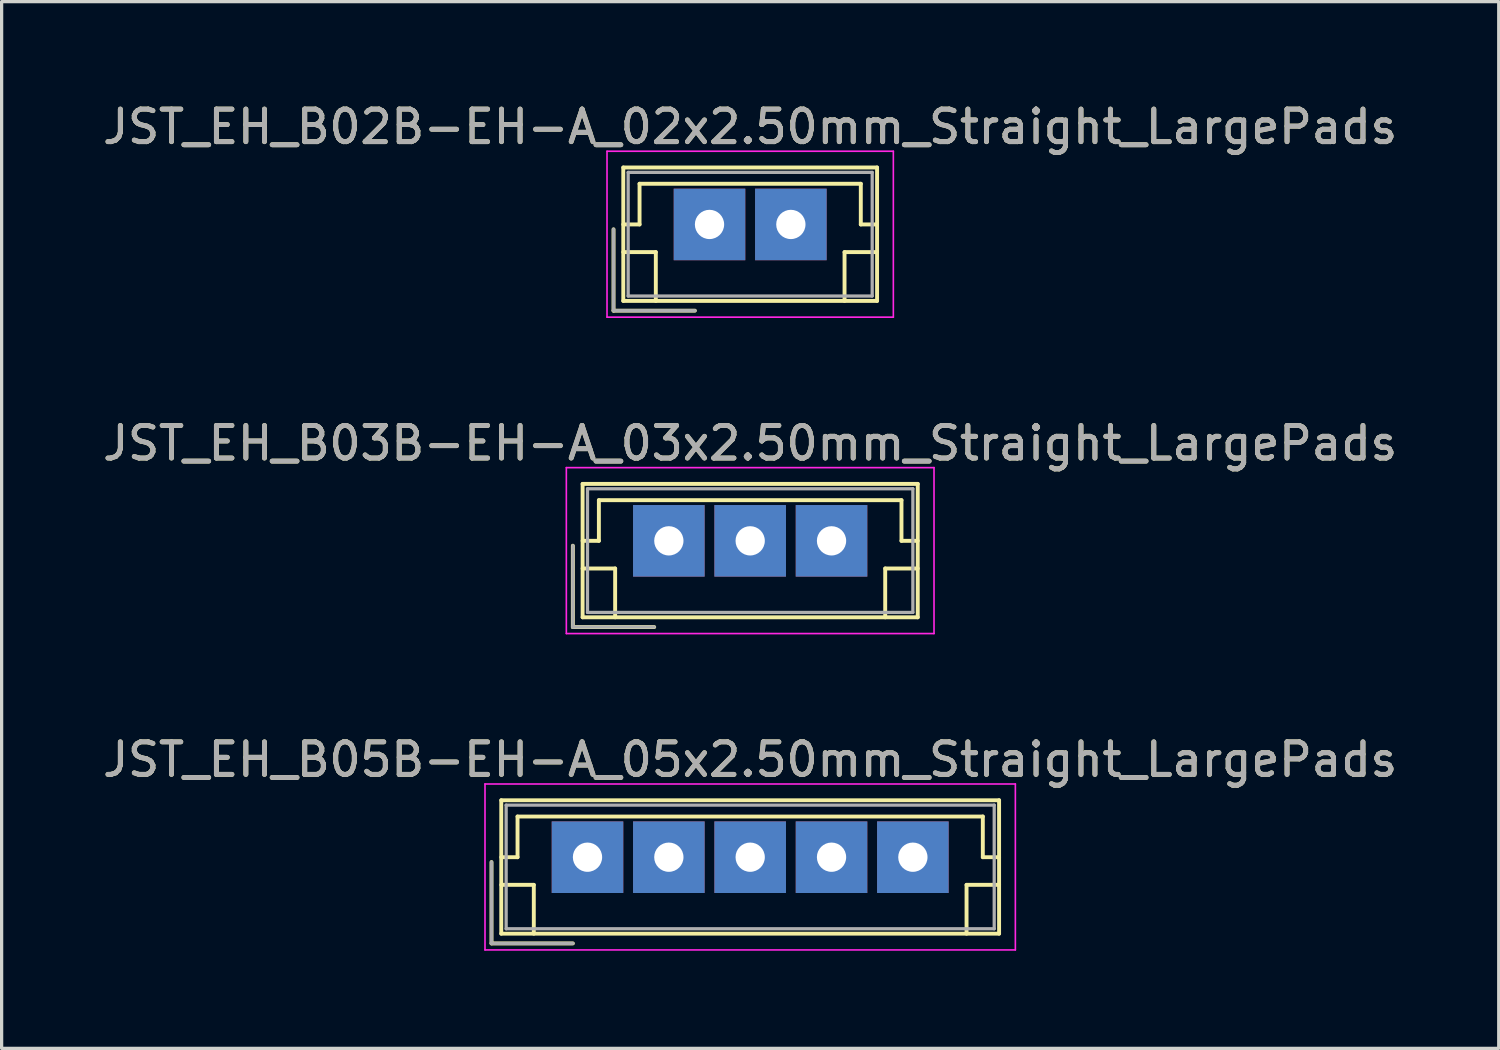
<source format=kicad_pcb>
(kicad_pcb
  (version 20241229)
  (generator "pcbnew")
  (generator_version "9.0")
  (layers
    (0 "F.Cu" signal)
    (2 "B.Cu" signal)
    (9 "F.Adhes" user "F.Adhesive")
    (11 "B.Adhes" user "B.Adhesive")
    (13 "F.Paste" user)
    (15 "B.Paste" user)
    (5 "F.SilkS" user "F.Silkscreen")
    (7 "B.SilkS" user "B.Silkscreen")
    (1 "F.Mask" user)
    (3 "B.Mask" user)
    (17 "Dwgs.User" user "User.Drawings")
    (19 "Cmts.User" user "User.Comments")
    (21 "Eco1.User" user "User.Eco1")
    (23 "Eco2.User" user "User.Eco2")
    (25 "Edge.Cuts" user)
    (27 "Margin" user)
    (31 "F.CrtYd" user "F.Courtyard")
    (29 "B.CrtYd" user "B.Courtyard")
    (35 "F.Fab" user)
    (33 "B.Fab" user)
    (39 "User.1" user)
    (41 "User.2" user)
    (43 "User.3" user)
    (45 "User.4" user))
  (footprint "JST_EH_B05B-EH-A_05x2.50mm_Straight_LargePads"
    (layer "F.Cu")
    (at 15.006 23.295)
    (property "Reference" "JST_EH_B05B-EH-A_05x2.50mm_Straight_LargePads" (at 5 -3 0) (layer "F.SilkS") (effects (font (size 1 1) (thickness 0.15))))
    (attr through_hole)
    (fp_line (start -2.95 0.15) (end -2.95 2.65) (stroke (width 0.12) (type solid)) (layer "F.SilkS"))
    (fp_line (start -2.95 2.65) (end -0.45 2.65) (stroke (width 0.12) (type solid)) (layer "F.SilkS"))
    (fp_line (start -2.65 -1.75) (end -2.65 2.35) (stroke (width 0.12) (type solid)) (layer "F.SilkS"))
    (fp_line (start -2.65 0) (end -2.15 0) (stroke (width 0.12) (type solid)) (layer "F.SilkS"))
    (fp_line (start -2.65 0.85) (end -1.65 0.85) (stroke (width 0.12) (type solid)) (layer "F.SilkS"))
    (fp_line (start -2.65 2.35) (end 12.65 2.35) (stroke (width 0.12) (type solid)) (layer "F.SilkS"))
    (fp_line (start -2.15 -1.25) (end 12.15 -1.25) (stroke (width 0.12) (type solid)) (layer "F.SilkS"))
    (fp_line (start -2.15 0) (end -2.15 -1.25) (stroke (width 0.12) (type solid)) (layer "F.SilkS"))
    (fp_line (start -1.65 0.85) (end -1.65 2.35) (stroke (width 0.12) (type solid)) (layer "F.SilkS"))
    (fp_line (start 11.65 0.85) (end 11.65 2.35) (stroke (width 0.12) (type solid)) (layer "F.SilkS"))
    (fp_line (start 12.15 -1.25) (end 12.15 0) (stroke (width 0.12) (type solid)) (layer "F.SilkS"))
    (fp_line (start 12.15 0) (end 12.65 0) (stroke (width 0.12) (type solid)) (layer "F.SilkS"))
    (fp_line (start 12.65 -1.75) (end -2.65 -1.75) (stroke (width 0.12) (type solid)) (layer "F.SilkS"))
    (fp_line (start 12.65 0.85) (end 11.65 0.85) (stroke (width 0.12) (type solid)) (layer "F.SilkS"))
    (fp_line (start 12.65 2.35) (end 12.65 -1.75) (stroke (width 0.12) (type solid)) (layer "F.SilkS"))
    (fp_line (start -3.15 -2.25) (end -3.15 2.85) (stroke (width 0.05) (type solid)) (layer "F.CrtYd"))
    (fp_line (start -3.15 2.85) (end 13.15 2.85) (stroke (width 0.05) (type solid)) (layer "F.CrtYd"))
    (fp_line (start 13.15 -2.25) (end -3.15 -2.25) (stroke (width 0.05) (type solid)) (layer "F.CrtYd"))
    (fp_line (start 13.15 2.85) (end 13.15 -2.25) (stroke (width 0.05) (type solid)) (layer "F.CrtYd"))
    (fp_line (start -2.95 0.15) (end -2.95 2.65) (stroke (width 0.1) (type solid)) (layer "F.Fab"))
    (fp_line (start -2.95 2.65) (end -0.45 2.65) (stroke (width 0.1) (type solid)) (layer "F.Fab"))
    (fp_line (start -2.5 -1.6) (end -2.5 2.2) (stroke (width 0.1) (type solid)) (layer "F.Fab"))
    (fp_line (start -2.5 2.2) (end 12.5 2.2) (stroke (width 0.1) (type solid)) (layer "F.Fab"))
    (fp_line (start 12.5 -1.6) (end -2.5 -1.6) (stroke (width 0.1) (type solid)) (layer "F.Fab"))
    (fp_line (start 12.5 2.2) (end 12.5 -1.6) (stroke (width 0.1) (type solid)) (layer "F.Fab"))
    (fp_text user "${REFERENCE}" (at 5 -3 0) (layer "F.Fab") (effects (font (size 1 1) (thickness 0.15))))
    (pad "1" thru_hole rect (at 0 0) (size 2.2 2.2) (drill 0.9) (layers "*.Cu" "*.Mask"))
    (pad "2" thru_hole rect (at 2.5 0) (size 2.2 2.2) (drill 0.9) (layers "*.Cu" "*.Mask"))
    (pad "3" thru_hole rect (at 5 0) (size 2.2 2.2) (drill 0.9) (layers "*.Cu" "*.Mask"))
    (pad "4" thru_hole rect (at 7.5 0) (size 2.2 2.2) (drill 0.9) (layers "*.Cu" "*.Mask"))
    (pad "5" thru_hole rect (at 10 0) (size 2.2 2.2) (drill 0.9) (layers "*.Cu" "*.Mask")))
  (footprint "JST_EH_B02B-EH-A_02x2.50mm_Straight_LargePads"
    (layer "F.Cu")
    (at 18.756 3.848)
    (property "Reference" "JST_EH_B02B-EH-A_02x2.50mm_Straight_LargePads" (at 1.25 -3 0) (layer "F.SilkS") (effects (font (size 1 1) (thickness 0.15))))
    (attr through_hole)
    (fp_line (start -2.95 0.15) (end -2.95 2.65) (stroke (width 0.12) (type solid)) (layer "F.SilkS"))
    (fp_line (start -2.95 2.65) (end -0.45 2.65) (stroke (width 0.12) (type solid)) (layer "F.SilkS"))
    (fp_line (start -2.65 -1.75) (end -2.65 2.35) (stroke (width 0.12) (type solid)) (layer "F.SilkS"))
    (fp_line (start -2.65 0) (end -2.15 0) (stroke (width 0.12) (type solid)) (layer "F.SilkS"))
    (fp_line (start -2.65 0.85) (end -1.65 0.85) (stroke (width 0.12) (type solid)) (layer "F.SilkS"))
    (fp_line (start -2.65 2.35) (end 5.15 2.35) (stroke (width 0.12) (type solid)) (layer "F.SilkS"))
    (fp_line (start -2.15 -1.25) (end 4.65 -1.25) (stroke (width 0.12) (type solid)) (layer "F.SilkS"))
    (fp_line (start -2.15 0) (end -2.15 -1.25) (stroke (width 0.12) (type solid)) (layer "F.SilkS"))
    (fp_line (start -1.65 0.85) (end -1.65 2.35) (stroke (width 0.12) (type solid)) (layer "F.SilkS"))
    (fp_line (start 4.15 0.85) (end 4.15 2.35) (stroke (width 0.12) (type solid)) (layer "F.SilkS"))
    (fp_line (start 4.65 -1.25) (end 4.65 0) (stroke (width 0.12) (type solid)) (layer "F.SilkS"))
    (fp_line (start 4.65 0) (end 5.15 0) (stroke (width 0.12) (type solid)) (layer "F.SilkS"))
    (fp_line (start 5.15 -1.75) (end -2.65 -1.75) (stroke (width 0.12) (type solid)) (layer "F.SilkS"))
    (fp_line (start 5.15 0.85) (end 4.15 0.85) (stroke (width 0.12) (type solid)) (layer "F.SilkS"))
    (fp_line (start 5.15 2.35) (end 5.15 -1.75) (stroke (width 0.12) (type solid)) (layer "F.SilkS"))
    (fp_line (start -3.15 -2.25) (end -3.15 2.85) (stroke (width 0.05) (type solid)) (layer "F.CrtYd"))
    (fp_line (start -3.15 2.85) (end 5.65 2.85) (stroke (width 0.05) (type solid)) (layer "F.CrtYd"))
    (fp_line (start 5.65 -2.25) (end -3.15 -2.25) (stroke (width 0.05) (type solid)) (layer "F.CrtYd"))
    (fp_line (start 5.65 2.85) (end 5.65 -2.25) (stroke (width 0.05) (type solid)) (layer "F.CrtYd"))
    (fp_line (start -2.95 0.15) (end -2.95 2.65) (stroke (width 0.1) (type solid)) (layer "F.Fab"))
    (fp_line (start -2.95 2.65) (end -0.45 2.65) (stroke (width 0.1) (type solid)) (layer "F.Fab"))
    (fp_line (start -2.5 -1.6) (end -2.5 2.2) (stroke (width 0.1) (type solid)) (layer "F.Fab"))
    (fp_line (start -2.5 2.2) (end 5 2.2) (stroke (width 0.1) (type solid)) (layer "F.Fab"))
    (fp_line (start 5 -1.6) (end -2.5 -1.6) (stroke (width 0.1) (type solid)) (layer "F.Fab"))
    (fp_line (start 5 2.2) (end 5 -1.6) (stroke (width 0.1) (type solid)) (layer "F.Fab"))
    (fp_text user "${REFERENCE}" (at 1.25 -3 0) (layer "F.Fab") (effects (font (size 1 1) (thickness 0.15))))
    (pad "1" thru_hole rect (at 0 0) (size 2.2 2.2) (drill 0.9) (layers "*.Cu" "*.Mask"))
    (pad "2" thru_hole rect (at 2.5 0) (size 2.2 2.2) (drill 0.9) (layers "*.Cu" "*.Mask")))
  (footprint "JST_EH_B03B-EH-A_03x2.50mm_Straight_LargePads"
    (layer "F.Cu")
    (at 17.506 13.572)
    (property "Reference" "JST_EH_B03B-EH-A_03x2.50mm_Straight_LargePads" (at 2.5 -3 0) (layer "F.SilkS") (effects (font (size 1 1) (thickness 0.15))))
    (attr through_hole)
    (fp_line (start -2.95 0.15) (end -2.95 2.65) (stroke (width 0.12) (type solid)) (layer "F.SilkS"))
    (fp_line (start -2.95 2.65) (end -0.45 2.65) (stroke (width 0.12) (type solid)) (layer "F.SilkS"))
    (fp_line (start -2.65 -1.75) (end -2.65 2.35) (stroke (width 0.12) (type solid)) (layer "F.SilkS"))
    (fp_line (start -2.65 0) (end -2.15 0) (stroke (width 0.12) (type solid)) (layer "F.SilkS"))
    (fp_line (start -2.65 0.85) (end -1.65 0.85) (stroke (width 0.12) (type solid)) (layer "F.SilkS"))
    (fp_line (start -2.65 2.35) (end 7.65 2.35) (stroke (width 0.12) (type solid)) (layer "F.SilkS"))
    (fp_line (start -2.15 -1.25) (end 7.15 -1.25) (stroke (width 0.12) (type solid)) (layer "F.SilkS"))
    (fp_line (start -2.15 0) (end -2.15 -1.25) (stroke (width 0.12) (type solid)) (layer "F.SilkS"))
    (fp_line (start -1.65 0.85) (end -1.65 2.35) (stroke (width 0.12) (type solid)) (layer "F.SilkS"))
    (fp_line (start 6.65 0.85) (end 6.65 2.35) (stroke (width 0.12) (type solid)) (layer "F.SilkS"))
    (fp_line (start 7.15 -1.25) (end 7.15 0) (stroke (width 0.12) (type solid)) (layer "F.SilkS"))
    (fp_line (start 7.15 0) (end 7.65 0) (stroke (width 0.12) (type solid)) (layer "F.SilkS"))
    (fp_line (start 7.65 -1.75) (end -2.65 -1.75) (stroke (width 0.12) (type solid)) (layer "F.SilkS"))
    (fp_line (start 7.65 0.85) (end 6.65 0.85) (stroke (width 0.12) (type solid)) (layer "F.SilkS"))
    (fp_line (start 7.65 2.35) (end 7.65 -1.75) (stroke (width 0.12) (type solid)) (layer "F.SilkS"))
    (fp_line (start -3.15 -2.25) (end -3.15 2.85) (stroke (width 0.05) (type solid)) (layer "F.CrtYd"))
    (fp_line (start -3.15 2.85) (end 8.15 2.85) (stroke (width 0.05) (type solid)) (layer "F.CrtYd"))
    (fp_line (start 8.15 -2.25) (end -3.15 -2.25) (stroke (width 0.05) (type solid)) (layer "F.CrtYd"))
    (fp_line (start 8.15 2.85) (end 8.15 -2.25) (stroke (width 0.05) (type solid)) (layer "F.CrtYd"))
    (fp_line (start -2.95 0.15) (end -2.95 2.65) (stroke (width 0.1) (type solid)) (layer "F.Fab"))
    (fp_line (start -2.95 2.65) (end -0.45 2.65) (stroke (width 0.1) (type solid)) (layer "F.Fab"))
    (fp_line (start -2.5 -1.6) (end -2.5 2.2) (stroke (width 0.1) (type solid)) (layer "F.Fab"))
    (fp_line (start -2.5 2.2) (end 7.5 2.2) (stroke (width 0.1) (type solid)) (layer "F.Fab"))
    (fp_line (start 7.5 -1.6) (end -2.5 -1.6) (stroke (width 0.1) (type solid)) (layer "F.Fab"))
    (fp_line (start 7.5 2.2) (end 7.5 -1.6) (stroke (width 0.1) (type solid)) (layer "F.Fab"))
    (fp_text user "${REFERENCE}" (at 2.5 -3 0) (layer "F.Fab") (effects (font (size 1 1) (thickness 0.15))))
    (pad "1" thru_hole rect (at 0 0) (size 2.2 2.2) (drill 0.9) (layers "*.Cu" "*.Mask"))
    (pad "2" thru_hole rect (at 2.5 0) (size 2.2 2.2) (drill 0.9) (layers "*.Cu" "*.Mask"))
    (pad "3" thru_hole rect (at 5 0) (size 2.2 2.2) (drill 0.9) (layers "*.Cu" "*.Mask")))
  (gr_rect
    (start -3 -3)
    (end 43.012 29.17)
    (stroke (width 0.1) (type default))
    (fill no)
    (layer "Edge.Cuts")))
</source>
